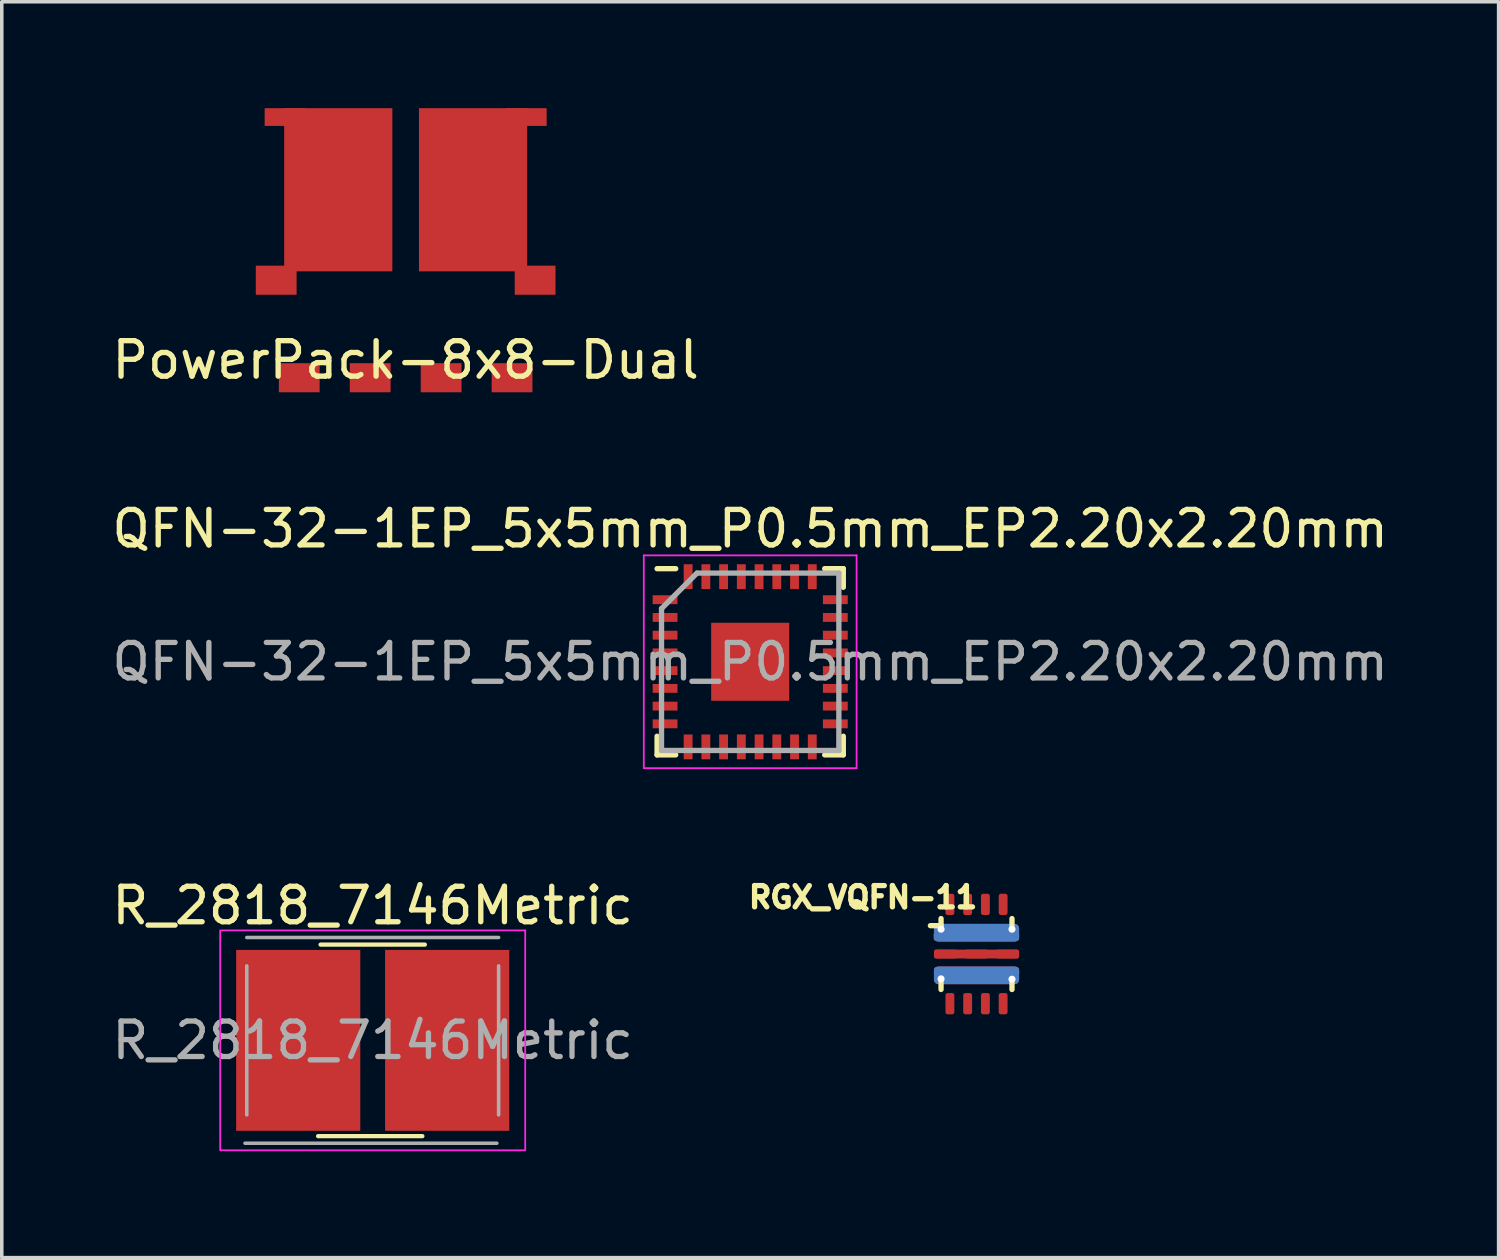
<source format=kicad_pcb>
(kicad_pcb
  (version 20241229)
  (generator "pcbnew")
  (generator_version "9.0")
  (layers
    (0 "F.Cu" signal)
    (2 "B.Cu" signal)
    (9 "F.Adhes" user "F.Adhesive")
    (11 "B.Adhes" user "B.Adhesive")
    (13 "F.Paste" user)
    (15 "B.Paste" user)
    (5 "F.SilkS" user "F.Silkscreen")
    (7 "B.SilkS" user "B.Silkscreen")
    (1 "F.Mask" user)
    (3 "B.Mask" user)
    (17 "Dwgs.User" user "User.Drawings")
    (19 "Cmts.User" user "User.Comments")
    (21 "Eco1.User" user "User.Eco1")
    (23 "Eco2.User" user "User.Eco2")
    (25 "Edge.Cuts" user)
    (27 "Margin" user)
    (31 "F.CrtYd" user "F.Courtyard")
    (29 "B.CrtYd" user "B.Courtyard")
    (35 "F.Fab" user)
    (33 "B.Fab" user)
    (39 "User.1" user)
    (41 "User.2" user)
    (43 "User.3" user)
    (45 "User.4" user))
  (footprint "PowerPack-8x8-Dual"
    (layer "F.Cu")
    (at 8.387 4)
    (property "Reference" "PowerPack-8x8-Dual" (at 0 3.1 0) (layer "F.SilkS") (effects (font (size 1 1) (thickness 0.15))))
    (attr through_hole)
    (pad "1" smd rect (at -3 3.6) (size 1.15 0.82) (layers "F.Cu" "F.Mask" "F.Paste"))
    (pad "2" smd rect (at -1 3.6) (size 1.15 0.82) (layers "F.Cu" "F.Mask" "F.Paste"))
    (pad "3" smd rect (at 1 3.6) (size 1.15 0.82) (layers "F.Cu" "F.Mask" "F.Paste"))
    (pad "4" smd rect (at 3 3.6) (size 1.15 0.82) (layers "F.Cu" "F.Mask" "F.Paste"))
    (pad "5" smd rect (at 1.9 -1.7) (size 3.05 4.6) (layers "F.Cu" "F.Mask" "F.Paste"))
    (pad "5" smd rect (at 3.4 -3.75) (size 1.15 0.5) (layers "F.Cu" "F.Mask" "F.Paste"))
    (pad "5" smd rect (at 3.65 0.85) (size 1.15 0.82) (layers "F.Cu" "F.Mask" "F.Paste"))
    (pad "6" smd rect (at -3.65 0.85) (size 1.15 0.82) (layers "F.Cu" "F.Mask" "F.Paste"))
    (pad "6" smd rect (at -3.4 -3.75) (size 1.15 0.5) (layers "F.Cu" "F.Mask" "F.Paste"))
    (pad "6" smd rect (at -1.9 -1.7) (size 3.05 4.6) (layers "F.Cu" "F.Mask" "F.Paste")))
  (footprint "QFN-32-1EP_5x5mm_P0.5mm_EP2.20x2.20mm"
    (layer "F.Cu")
    (at 18.101 15.608)
    (property "Reference" "QFN-32-1EP_5x5mm_P0.5mm_EP2.20x2.20mm" (at 0 -3.75 0) (layer "F.SilkS") (effects (font (size 1 1) (thickness 0.15))))
    (attr smd)
    (fp_line (start -2.625 -2.625) (end -2.1 -2.625) (stroke (width 0.15) (type solid)) (layer "F.SilkS"))
    (fp_line (start -2.625 2.625) (end -2.625 2.1) (stroke (width 0.15) (type solid)) (layer "F.SilkS"))
    (fp_line (start -2.625 2.625) (end -2.1 2.625) (stroke (width 0.15) (type solid)) (layer "F.SilkS"))
    (fp_line (start 2.625 -2.625) (end 2.1 -2.625) (stroke (width 0.15) (type solid)) (layer "F.SilkS"))
    (fp_line (start 2.625 -2.625) (end 2.625 -2.1) (stroke (width 0.15) (type solid)) (layer "F.SilkS"))
    (fp_line (start 2.625 2.625) (end 2.1 2.625) (stroke (width 0.15) (type solid)) (layer "F.SilkS"))
    (fp_line (start 2.625 2.625) (end 2.625 2.1) (stroke (width 0.15) (type solid)) (layer "F.SilkS"))
    (fp_line (start -3 -3) (end -3 3) (stroke (width 0.05) (type solid)) (layer "F.CrtYd"))
    (fp_line (start -3 -3) (end 3 -3) (stroke (width 0.05) (type solid)) (layer "F.CrtYd"))
    (fp_line (start -3 3) (end 3 3) (stroke (width 0.05) (type solid)) (layer "F.CrtYd"))
    (fp_line (start 3 -3) (end 3 3) (stroke (width 0.05) (type solid)) (layer "F.CrtYd"))
    (fp_line (start -2.5 -1.5) (end -1.5 -2.5) (stroke (width 0.15) (type solid)) (layer "F.Fab"))
    (fp_line (start -2.5 2.5) (end -2.5 -1.5) (stroke (width 0.15) (type solid)) (layer "F.Fab"))
    (fp_line (start -1.5 -2.5) (end 2.5 -2.5) (stroke (width 0.15) (type solid)) (layer "F.Fab"))
    (fp_line (start 2.5 -2.5) (end 2.5 2.5) (stroke (width 0.15) (type solid)) (layer "F.Fab"))
    (fp_line (start 2.5 2.5) (end -2.5 2.5) (stroke (width 0.15) (type solid)) (layer "F.Fab"))
    (fp_text user "${REFERENCE}" (at 0 0 0) (layer "F.Fab") (effects (font (size 1 1) (thickness 0.15))))
    (pad "" smd rect (at -0.597 0.584) (size 0.92 0.92) (layers "F.Paste"))
    (pad "" smd rect (at -0.572 -0.559) (size 0.92 0.92) (layers "F.Paste"))
    (pad "" smd rect (at 0 0) (size 0.92 0.92) (layers "F.Paste"))
    (pad "" smd rect (at 0.572 0.559) (size 0.92 0.92) (layers "F.Paste"))
    (pad "" smd rect (at 0.584 -0.572) (size 0.92 0.92) (layers "F.Paste"))
    (pad "1" smd rect (at -2.4 -1.75) (size 0.7 0.25) (layers "F.Cu" "F.Mask" "F.Paste"))
    (pad "2" smd rect (at -2.4 -1.25) (size 0.7 0.25) (layers "F.Cu" "F.Mask" "F.Paste"))
    (pad "3" smd rect (at -2.4 -0.75) (size 0.7 0.25) (layers "F.Cu" "F.Mask" "F.Paste"))
    (pad "4" smd rect (at -2.4 -0.25) (size 0.7 0.25) (layers "F.Cu" "F.Mask" "F.Paste"))
    (pad "5" smd rect (at -2.4 0.25) (size 0.7 0.25) (layers "F.Cu" "F.Mask" "F.Paste"))
    (pad "6" smd rect (at -2.4 0.75) (size 0.7 0.25) (layers "F.Cu" "F.Mask" "F.Paste"))
    (pad "7" smd rect (at -2.4 1.25) (size 0.7 0.25) (layers "F.Cu" "F.Mask" "F.Paste"))
    (pad "8" smd rect (at -2.4 1.75) (size 0.7 0.25) (layers "F.Cu" "F.Mask" "F.Paste"))
    (pad "9" smd rect (at -1.75 2.4 90) (size 0.7 0.25) (layers "F.Cu" "F.Mask" "F.Paste"))
    (pad "10" smd rect (at -1.25 2.4 90) (size 0.7 0.25) (layers "F.Cu" "F.Mask" "F.Paste"))
    (pad "11" smd rect (at -0.75 2.4 90) (size 0.7 0.25) (layers "F.Cu" "F.Mask" "F.Paste"))
    (pad "12" smd rect (at -0.25 2.4 90) (size 0.7 0.25) (layers "F.Cu" "F.Mask" "F.Paste"))
    (pad "13" smd rect (at 0.25 2.4 90) (size 0.7 0.25) (layers "F.Cu" "F.Mask" "F.Paste"))
    (pad "14" smd rect (at 0.75 2.4 90) (size 0.7 0.25) (layers "F.Cu" "F.Mask" "F.Paste"))
    (pad "15" smd rect (at 1.25 2.4 90) (size 0.7 0.25) (layers "F.Cu" "F.Mask" "F.Paste"))
    (pad "16" smd rect (at 1.75 2.4 90) (size 0.7 0.25) (layers "F.Cu" "F.Mask" "F.Paste"))
    (pad "17" smd rect (at 2.4 1.75) (size 0.7 0.25) (layers "F.Cu" "F.Mask" "F.Paste"))
    (pad "18" smd rect (at 2.4 1.25) (size 0.7 0.25) (layers "F.Cu" "F.Mask" "F.Paste"))
    (pad "19" smd rect (at 2.4 0.75) (size 0.7 0.25) (layers "F.Cu" "F.Mask" "F.Paste"))
    (pad "20" smd rect (at 2.4 0.25) (size 0.7 0.25) (layers "F.Cu" "F.Mask" "F.Paste"))
    (pad "21" smd rect (at 2.4 -0.25) (size 0.7 0.25) (layers "F.Cu" "F.Mask" "F.Paste"))
    (pad "22" smd rect (at 2.4 -0.75) (size 0.7 0.25) (layers "F.Cu" "F.Mask" "F.Paste"))
    (pad "23" smd rect (at 2.4 -1.25) (size 0.7 0.25) (layers "F.Cu" "F.Mask" "F.Paste"))
    (pad "24" smd rect (at 2.4 -1.75) (size 0.7 0.25) (layers "F.Cu" "F.Mask" "F.Paste"))
    (pad "25" smd rect (at 1.75 -2.4 90) (size 0.7 0.25) (layers "F.Cu" "F.Mask" "F.Paste"))
    (pad "26" smd rect (at 1.25 -2.4 90) (size 0.7 0.25) (layers "F.Cu" "F.Mask" "F.Paste"))
    (pad "27" smd rect (at 0.75 -2.4 90) (size 0.7 0.25) (layers "F.Cu" "F.Mask" "F.Paste"))
    (pad "28" smd rect (at 0.25 -2.4 90) (size 0.7 0.25) (layers "F.Cu" "F.Mask" "F.Paste"))
    (pad "29" smd rect (at -0.25 -2.4 90) (size 0.7 0.25) (layers "F.Cu" "F.Mask" "F.Paste"))
    (pad "30" smd rect (at -0.75 -2.4 90) (size 0.7 0.25) (layers "F.Cu" "F.Mask" "F.Paste"))
    (pad "31" smd rect (at -1.25 -2.4 90) (size 0.7 0.25) (layers "F.Cu" "F.Mask" "F.Paste"))
    (pad "32" smd rect (at -1.75 -2.4 90) (size 0.7 0.25) (layers "F.Cu" "F.Mask" "F.Paste"))
    (pad "33" smd rect (at 0 0) (size 2.2 2.2) (layers "F.Cu" "F.Mask")))
  (footprint "RGX_VQFN-11"
    (layer "F.Cu")
    (at 24.482 23.848)
    (property "Reference" "RGX_VQFN-11" (at -3.2 -1.6 180) (layer "F.SilkS") (effects (font (size 0.6 0.6) (thickness 0.15))))
    (attr through_hole)
    (fp_line (start -1 -1) (end -1 -0.8) (stroke (width 0.15) (type solid)) (layer "F.SilkS"))
    (fp_line (start -1 -0.8) (end -1.3 -0.8) (stroke (width 0.15) (type solid)) (layer "F.SilkS"))
    (fp_line (start -1 0.8) (end -1 1) (stroke (width 0.15) (type solid)) (layer "F.SilkS"))
    (fp_line (start 1 -0.8) (end 1 -1) (stroke (width 0.15) (type solid)) (layer "F.SilkS"))
    (fp_line (start 1 0.8) (end 1 1) (stroke (width 0.15) (type solid)) (layer "F.SilkS"))
    (pad "1" thru_hole circle (at -1 -0.7) (size 0.3 0.3) (drill 0.2) (layers "*.Cu"))
    (pad "1" smd roundrect (at -0.88 -0.5) (size 0.66 0.25) (layers "F.Cu" "F.Paste") (roundrect_rratio 0.25))
    (pad "1" smd roundrect (at 0 -0.6) (size 2.4 0.5) (layers "F.Cu") (roundrect_rratio 0.25))
    (pad "1" smd roundrect (at 0 -0.6) (size 2.4 0.5) (layers "B.Cu") (roundrect_rratio 0.25))
    (pad "1" smd roundrect (at 0 -0.5) (size 0.66 0.25) (layers "F.Cu" "F.Paste") (roundrect_rratio 0.25))
    (pad "1" smd roundrect (at 0 -0.5) (size 2.4 0.25) (layers "F.Cu" "F.Mask") (roundrect_rratio 0.25))
    (pad "1" smd roundrect (at 0 -0.5) (size 2.4 0.25) (layers "B.Cu") (roundrect_rratio 0.25))
    (pad "1" smd roundrect (at 0.87 -0.5) (size 0.66 0.25) (layers "F.Cu" "F.Paste") (roundrect_rratio 0.25))
    (pad "1" thru_hole circle (at 1 -0.7) (size 0.3 0.3) (drill 0.2) (layers "*.Cu"))
    (pad "2" smd roundrect (at -0.87 0) (size 0.66 0.25) (layers "F.Cu" "F.Paste") (roundrect_rratio 0.25))
    (pad "2" smd roundrect (at 0 0) (size 0.66 0.25) (layers "F.Cu" "F.Paste") (roundrect_rratio 0.25))
    (pad "2" smd roundrect (at 0 0) (size 2.4 0.25) (layers "F.Cu" "F.Mask") (roundrect_rratio 0.25))
    (pad "2" smd roundrect (at 0.87 0) (size 0.66 0.25) (layers "F.Cu" "F.Paste") (roundrect_rratio 0.25))
    (pad "3" thru_hole circle (at -1 0.7) (size 0.3 0.3) (drill 0.2) (layers "*.Cu"))
    (pad "3" smd roundrect (at -0.87 0.5) (size 0.66 0.25) (layers "F.Cu" "F.Paste") (roundrect_rratio 0.25))
    (pad "3" smd roundrect (at 0 0.5) (size 0.66 0.25) (layers "F.Cu" "F.Paste") (roundrect_rratio 0.25))
    (pad "3" smd roundrect (at 0 0.5) (size 2.4 0.25) (layers "F.Cu" "F.Mask") (roundrect_rratio 0.25))
    (pad "3" smd roundrect (at 0 0.5) (size 2.4 0.25) (layers "B.Cu") (roundrect_rratio 0.25))
    (pad "3" smd roundrect (at 0 0.6) (size 2.4 0.5) (layers "F.Cu") (roundrect_rratio 0.25))
    (pad "3" smd roundrect (at 0 0.6) (size 2.4 0.5) (layers "B.Cu") (roundrect_rratio 0.25))
    (pad "3" smd roundrect (at 0.87 0.5) (size 0.66 0.25) (layers "F.Cu" "F.Paste") (roundrect_rratio 0.25))
    (pad "3" thru_hole circle (at 1 0.71) (size 0.3 0.3) (drill 0.2) (layers "*.Cu"))
    (pad "4" smd roundrect (at -0.75 1.4) (size 0.25 0.6) (layers "F.Cu" "F.Mask" "F.Paste") (roundrect_rratio 0.25))
    (pad "5" smd roundrect (at -0.25 1.4) (size 0.25 0.6) (layers "F.Cu" "F.Mask" "F.Paste") (roundrect_rratio 0.25))
    (pad "6" smd roundrect (at 0.25 1.4) (size 0.25 0.6) (layers "F.Cu" "F.Mask" "F.Paste") (roundrect_rratio 0.25))
    (pad "7" smd roundrect (at 0.75 1.4) (size 0.25 0.6) (layers "F.Cu" "F.Mask" "F.Paste") (roundrect_rratio 0.25))
    (pad "8" smd roundrect (at 0.75 -1.4) (size 0.25 0.6) (layers "F.Cu" "F.Mask" "F.Paste") (roundrect_rratio 0.25))
    (pad "9" smd roundrect (at 0.25 -1.4) (size 0.25 0.6) (layers "F.Cu" "F.Mask" "F.Paste") (roundrect_rratio 0.25))
    (pad "10" smd roundrect (at -0.25 -1.4) (size 0.25 0.6) (layers "F.Cu" "F.Mask" "F.Paste") (roundrect_rratio 0.25))
    (pad "11" smd roundrect (at -0.75 -1.4) (size 0.25 0.6) (layers "F.Cu" "F.Mask" "F.Paste") (roundrect_rratio 0.25)))
  (footprint "R_2818_7146Metric"
    (layer "F.Cu")
    (at 7.458 26.282)
    (property "Reference" "R_2818_7146Metric" (at 0 -3.8 0) (layer "F.SilkS") (effects (font (size 1 1) (thickness 0.15))))
    (attr smd)
    (fp_line (start -1.54 2.7) (end 1.4 2.7) (stroke (width 0.12) (type solid)) (layer "F.SilkS"))
    (fp_line (start -1.47 -2.7) (end 1.47 -2.7) (stroke (width 0.12) (type solid)) (layer "F.SilkS"))
    (fp_line (start -4.3 3.1) (end -4.3 -3.1) (stroke (width 0.05) (type solid)) (layer "F.CrtYd"))
    (fp_line (start -4.26 -3.1) (end 4.3 -3.1) (stroke (width 0.05) (type solid)) (layer "F.CrtYd"))
    (fp_line (start 4.28 3.1) (end -4.28 3.1) (stroke (width 0.05) (type solid)) (layer "F.CrtYd"))
    (fp_line (start 4.3 -3.1) (end 4.3 3.1) (stroke (width 0.05) (type solid)) (layer "F.CrtYd"))
    (fp_line (start -3.55 -2.9) (end 3.55 -2.9) (stroke (width 0.1) (type solid)) (layer "F.Fab"))
    (fp_line (start -3.55 2.1) (end -3.55 -2.1) (stroke (width 0.1) (type solid)) (layer "F.Fab"))
    (fp_line (start 3.5 2.9) (end -3.6 2.9) (stroke (width 0.1) (type solid)) (layer "F.Fab"))
    (fp_line (start 3.55 -2.1) (end 3.55 2.1) (stroke (width 0.1) (type solid)) (layer "F.Fab"))
    (fp_text user "${REFERENCE}" (at 0 0 0) (layer "F.Fab") (effects (font (size 1 1) (thickness 0.15))))
    (pad "1" smd rect (at -2.1 0) (size 3.5 5.1) (layers "F.Cu" "F.Mask" "F.Paste"))
    (pad "2" smd rect (at 2.1 0) (size 3.5 5.1) (layers "F.Cu" "F.Mask" "F.Paste")))
  (gr_rect
    (start -3 -3)
    (end 39.202 32.407)
    (stroke (width 0.1) (type default))
    (fill no)
    (layer "Edge.Cuts")))
</source>
